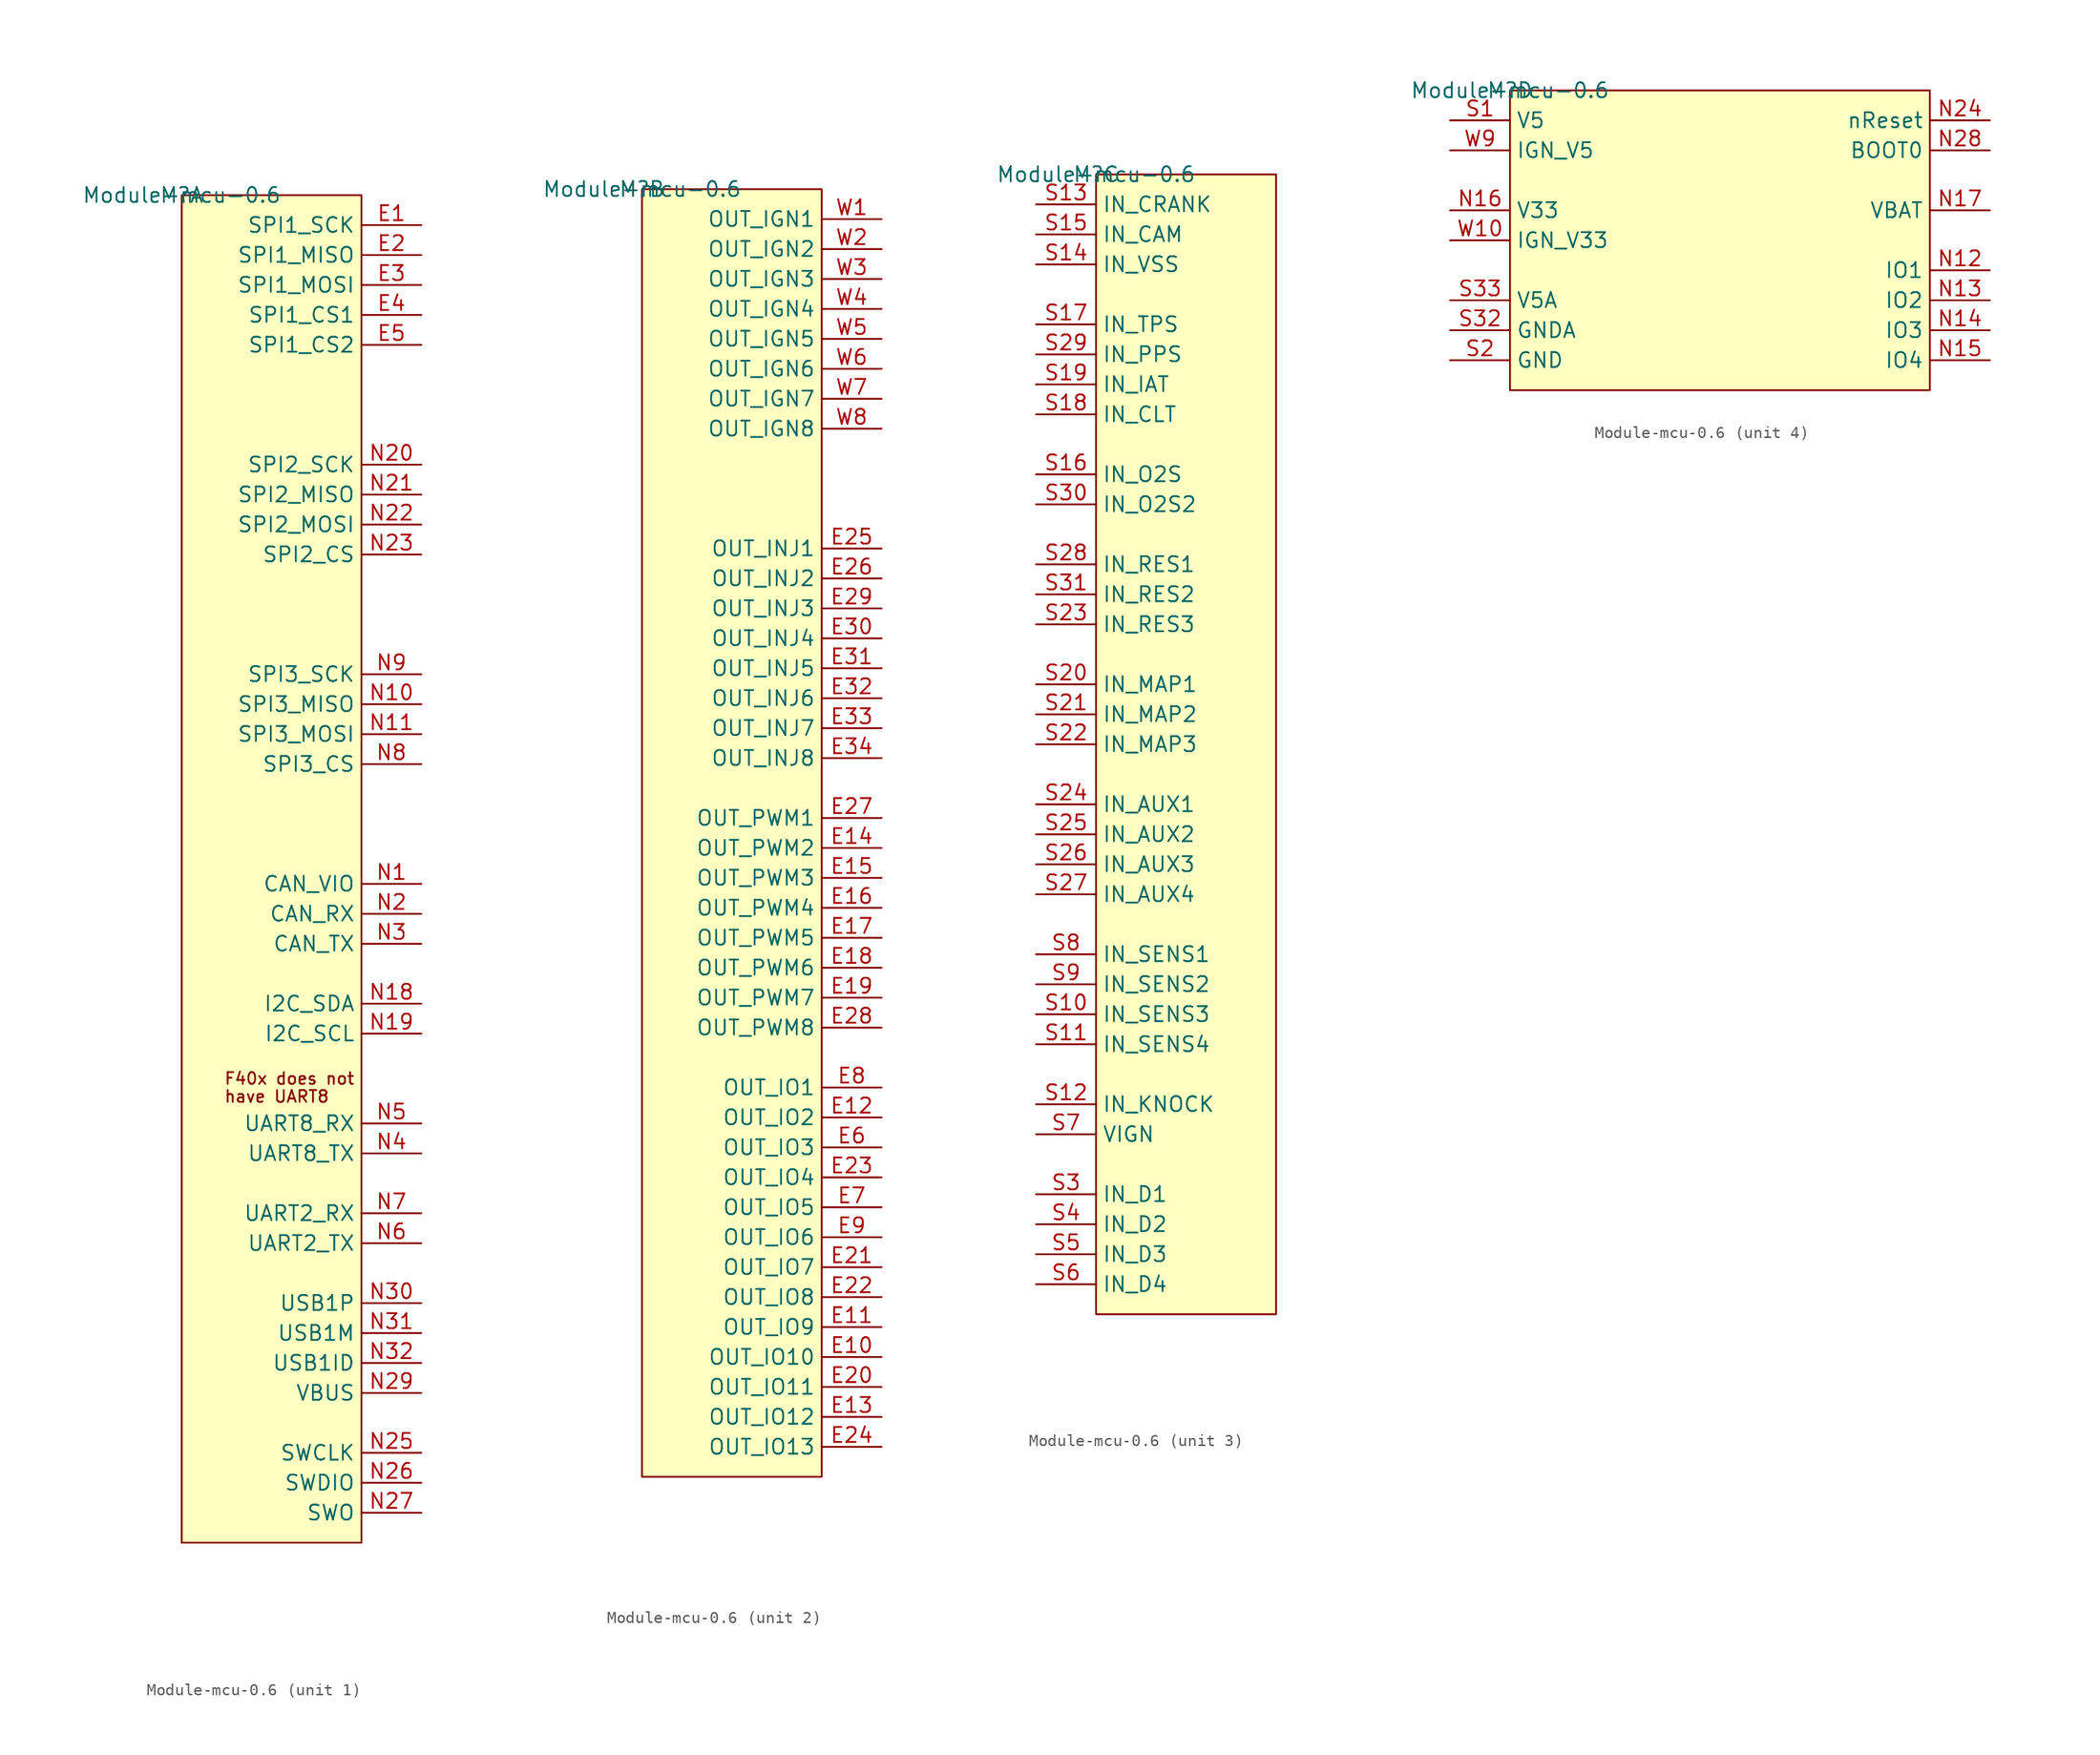
<source format=kicad_sym>
(kicad_symbol_lib
  (version 20201005)
  (generator kicad_symbol_editor)
  (symbol "mcu:Module-mcu-0.6"
    (property "Reference" "M"
      (at 0 0 0)
      (effects (font (size 1.27 1.27))))
    (property "Value" "Module-mcu-0.6"
      (at 0 0 0)
      (effects (font (size 1.27 1.27))))
    (symbol "Module-mcu-0.6_1_0"
      (rectangle (start 15.24 0) (end 0 -114.3) (stroke (width 0)) (fill (type background)))
      (text "F40x does not" (at 3.556 -74.93 0) (effects (font (size 1 1)) (justify left)))
      (text "have UART8" (at 3.556 -76.454 0) (effects (font (size 1 1)) (justify left)))
      (pin passive line (at 20.32 -2.54 180) (length 5.08) (name "SPI1_SCK" (effects (font (size 1.27 1.27)))) (number "E1" (effects (font (size 1.27 1.27)))))
      (pin passive line (at 20.32 -5.08 180) (length 5.08) (name "SPI1_MISO" (effects (font (size 1.27 1.27)))) (number "E2" (effects (font (size 1.27 1.27)))))
      (pin passive line (at 20.32 -7.62 180) (length 5.08) (name "SPI1_MOSI" (effects (font (size 1.27 1.27)))) (number "E3" (effects (font (size 1.27 1.27)))))
      (pin passive line (at 20.32 -10.16 180) (length 5.08) (name "SPI1_CS1" (effects (font (size 1.27 1.27)))) (number "E4" (effects (font (size 1.27 1.27)))))
      (pin passive line (at 20.32 -12.7 180) (length 5.08) (name "SPI1_CS2" (effects (font (size 1.27 1.27)))) (number "E5" (effects (font (size 1.27 1.27)))))
      (pin passive line (at 20.32 -58.42 180) (length 5.08) (name "CAN_VIO" (effects (font (size 1.27 1.27)))) (number "N1" (effects (font (size 1.27 1.27)))))
      (pin passive line (at 20.32 -43.18 180) (length 5.08) (name "SPI3_MISO" (effects (font (size 1.27 1.27)))) (number "N10" (effects (font (size 1.27 1.27)))))
      (pin passive line (at 20.32 -45.72 180) (length 5.08) (name "SPI3_MOSI" (effects (font (size 1.27 1.27)))) (number "N11" (effects (font (size 1.27 1.27)))))
      (pin passive line (at 20.32 -68.58 180) (length 5.08) (name "I2C_SDA" (effects (font (size 1.27 1.27)))) (number "N18" (effects (font (size 1.27 1.27)))))
      (pin passive line (at 20.32 -71.12 180) (length 5.08) (name "I2C_SCL" (effects (font (size 1.27 1.27)))) (number "N19" (effects (font (size 1.27 1.27)))))
      (pin passive line (at 20.32 -60.96 180) (length 5.08) (name "CAN_RX" (effects (font (size 1.27 1.27)))) (number "N2" (effects (font (size 1.27 1.27)))))
      (pin passive line (at 20.32 -22.86 180) (length 5.08) (name "SPI2_SCK" (effects (font (size 1.27 1.27)))) (number "N20" (effects (font (size 1.27 1.27)))))
      (pin passive line (at 20.32 -25.4 180) (length 5.08) (name "SPI2_MISO" (effects (font (size 1.27 1.27)))) (number "N21" (effects (font (size 1.27 1.27)))))
      (pin passive line (at 20.32 -27.94 180) (length 5.08) (name "SPI2_MOSI" (effects (font (size 1.27 1.27)))) (number "N22" (effects (font (size 1.27 1.27)))))
      (pin passive line (at 20.32 -30.48 180) (length 5.08) (name "SPI2_CS" (effects (font (size 1.27 1.27)))) (number "N23" (effects (font (size 1.27 1.27)))))
      (pin passive line (at 20.32 -106.68 180) (length 5.08) (name "SWCLK" (effects (font (size 1.27 1.27)))) (number "N25" (effects (font (size 1.27 1.27)))))
      (pin passive line (at 20.32 -109.22 180) (length 5.08) (name "SWDIO" (effects (font (size 1.27 1.27)))) (number "N26" (effects (font (size 1.27 1.27)))))
      (pin passive line (at 20.32 -111.76 180) (length 5.08) (name "SWO" (effects (font (size 1.27 1.27)))) (number "N27" (effects (font (size 1.27 1.27)))))
      (pin passive line (at 20.32 -101.6 180) (length 5.08) (name "VBUS" (effects (font (size 1.27 1.27)))) (number "N29" (effects (font (size 1.27 1.27)))))
      (pin passive line (at 20.32 -63.5 180) (length 5.08) (name "CAN_TX" (effects (font (size 1.27 1.27)))) (number "N3" (effects (font (size 1.27 1.27)))))
      (pin passive line (at 20.32 -93.98 180) (length 5.08) (name "USB1P" (effects (font (size 1.27 1.27)))) (number "N30" (effects (font (size 1.27 1.27)))))
      (pin passive line (at 20.32 -96.52 180) (length 5.08) (name "USB1M" (effects (font (size 1.27 1.27)))) (number "N31" (effects (font (size 1.27 1.27)))))
      (pin passive line (at 20.32 -99.06 180) (length 5.08) (name "USB1ID" (effects (font (size 1.27 1.27)))) (number "N32" (effects (font (size 1.27 1.27)))))
      (pin passive line (at 20.32 -81.28 180) (length 5.08) (name "UART8_TX" (effects (font (size 1.27 1.27)))) (number "N4" (effects (font (size 1.27 1.27)))))
      (pin passive line (at 20.32 -78.74 180) (length 5.08) (name "UART8_RX" (effects (font (size 1.27 1.27)))) (number "N5" (effects (font (size 1.27 1.27)))))
      (pin passive line (at 20.32 -88.9 180) (length 5.08) (name "UART2_TX" (effects (font (size 1.27 1.27)))) (number "N6" (effects (font (size 1.27 1.27)))))
      (pin passive line (at 20.32 -86.36 180) (length 5.08) (name "UART2_RX" (effects (font (size 1.27 1.27)))) (number "N7" (effects (font (size 1.27 1.27)))))
      (pin passive line (at 20.32 -48.26 180) (length 5.08) (name "SPI3_CS" (effects (font (size 1.27 1.27)))) (number "N8" (effects (font (size 1.27 1.27)))))
      (pin passive line (at 20.32 -40.64 180) (length 5.08) (name "SPI3_SCK" (effects (font (size 1.27 1.27)))) (number "N9" (effects (font (size 1.27 1.27))))))
    (symbol "Module-mcu-0.6_2_0"
      (rectangle (start 15.24 0) (end 0 -109.22) (stroke (width 0)) (fill (type background)))
      (pin passive line (at 20.32 -99.06 180) (length 5.08) (name "OUT_IO10" (effects (font (size 1.27 1.27)))) (number "E10" (effects (font (size 1.27 1.27)))))
      (pin passive line (at 20.32 -96.52 180) (length 5.08) (name "OUT_IO9" (effects (font (size 1.27 1.27)))) (number "E11" (effects (font (size 1.27 1.27)))))
      (pin passive line (at 20.32 -78.74 180) (length 5.08) (name "OUT_IO2" (effects (font (size 1.27 1.27)))) (number "E12" (effects (font (size 1.27 1.27)))))
      (pin passive line (at 20.32 -104.14 180) (length 5.08) (name "OUT_IO12" (effects (font (size 1.27 1.27)))) (number "E13" (effects (font (size 1.27 1.27)))))
      (pin passive line (at 20.32 -55.88 180) (length 5.08) (name "OUT_PWM2" (effects (font (size 1.27 1.27)))) (number "E14" (effects (font (size 1.27 1.27)))))
      (pin passive line (at 20.32 -58.42 180) (length 5.08) (name "OUT_PWM3" (effects (font (size 1.27 1.27)))) (number "E15" (effects (font (size 1.27 1.27)))))
      (pin passive line (at 20.32 -60.96 180) (length 5.08) (name "OUT_PWM4" (effects (font (size 1.27 1.27)))) (number "E16" (effects (font (size 1.27 1.27)))))
      (pin passive line (at 20.32 -63.5 180) (length 5.08) (name "OUT_PWM5" (effects (font (size 1.27 1.27)))) (number "E17" (effects (font (size 1.27 1.27)))))
      (pin passive line (at 20.32 -66.04 180) (length 5.08) (name "OUT_PWM6" (effects (font (size 1.27 1.27)))) (number "E18" (effects (font (size 1.27 1.27)))))
      (pin passive line (at 20.32 -68.58 180) (length 5.08) (name "OUT_PWM7" (effects (font (size 1.27 1.27)))) (number "E19" (effects (font (size 1.27 1.27)))))
      (pin passive line (at 20.32 -101.6 180) (length 5.08) (name "OUT_IO11" (effects (font (size 1.27 1.27)))) (number "E20" (effects (font (size 1.27 1.27)))))
      (pin passive line (at 20.32 -91.44 180) (length 5.08) (name "OUT_IO7" (effects (font (size 1.27 1.27)))) (number "E21" (effects (font (size 1.27 1.27)))))
      (pin passive line (at 20.32 -93.98 180) (length 5.08) (name "OUT_IO8" (effects (font (size 1.27 1.27)))) (number "E22" (effects (font (size 1.27 1.27)))))
      (pin passive line (at 20.32 -83.82 180) (length 5.08) (name "OUT_IO4" (effects (font (size 1.27 1.27)))) (number "E23" (effects (font (size 1.27 1.27)))))
      (pin passive line (at 20.32 -106.68 180) (length 5.08) (name "OUT_IO13" (effects (font (size 1.27 1.27)))) (number "E24" (effects (font (size 1.27 1.27)))))
      (pin passive line (at 20.32 -30.48 180) (length 5.08) (name "OUT_INJ1" (effects (font (size 1.27 1.27)))) (number "E25" (effects (font (size 1.27 1.27)))))
      (pin passive line (at 20.32 -33.02 180) (length 5.08) (name "OUT_INJ2" (effects (font (size 1.27 1.27)))) (number "E26" (effects (font (size 1.27 1.27)))))
      (pin passive line (at 20.32 -53.34 180) (length 5.08) (name "OUT_PWM1" (effects (font (size 1.27 1.27)))) (number "E27" (effects (font (size 1.27 1.27)))))
      (pin passive line (at 20.32 -71.12 180) (length 5.08) (name "OUT_PWM8" (effects (font (size 1.27 1.27)))) (number "E28" (effects (font (size 1.27 1.27)))))
      (pin passive line (at 20.32 -35.56 180) (length 5.08) (name "OUT_INJ3" (effects (font (size 1.27 1.27)))) (number "E29" (effects (font (size 1.27 1.27)))))
      (pin passive line (at 20.32 -38.1 180) (length 5.08) (name "OUT_INJ4" (effects (font (size 1.27 1.27)))) (number "E30" (effects (font (size 1.27 1.27)))))
      (pin passive line (at 20.32 -40.64 180) (length 5.08) (name "OUT_INJ5" (effects (font (size 1.27 1.27)))) (number "E31" (effects (font (size 1.27 1.27)))))
      (pin passive line (at 20.32 -43.18 180) (length 5.08) (name "OUT_INJ6" (effects (font (size 1.27 1.27)))) (number "E32" (effects (font (size 1.27 1.27)))))
      (pin passive line (at 20.32 -45.72 180) (length 5.08) (name "OUT_INJ7" (effects (font (size 1.27 1.27)))) (number "E33" (effects (font (size 1.27 1.27)))))
      (pin passive line (at 20.32 -48.26 180) (length 5.08) (name "OUT_INJ8" (effects (font (size 1.27 1.27)))) (number "E34" (effects (font (size 1.27 1.27)))))
      (pin passive line (at 20.32 -81.28 180) (length 5.08) (name "OUT_IO3" (effects (font (size 1.27 1.27)))) (number "E6" (effects (font (size 1.27 1.27)))))
      (pin passive line (at 20.32 -86.36 180) (length 5.08) (name "OUT_IO5" (effects (font (size 1.27 1.27)))) (number "E7" (effects (font (size 1.27 1.27)))))
      (pin passive line (at 20.32 -76.2 180) (length 5.08) (name "OUT_IO1" (effects (font (size 1.27 1.27)))) (number "E8" (effects (font (size 1.27 1.27)))))
      (pin passive line (at 20.32 -88.9 180) (length 5.08) (name "OUT_IO6" (effects (font (size 1.27 1.27)))) (number "E9" (effects (font (size 1.27 1.27)))))
      (pin passive line (at 20.32 -2.54 180) (length 5.08) (name "OUT_IGN1" (effects (font (size 1.27 1.27)))) (number "W1" (effects (font (size 1.27 1.27)))))
      (pin passive line (at 20.32 -5.08 180) (length 5.08) (name "OUT_IGN2" (effects (font (size 1.27 1.27)))) (number "W2" (effects (font (size 1.27 1.27)))))
      (pin passive line (at 20.32 -7.62 180) (length 5.08) (name "OUT_IGN3" (effects (font (size 1.27 1.27)))) (number "W3" (effects (font (size 1.27 1.27)))))
      (pin passive line (at 20.32 -10.16 180) (length 5.08) (name "OUT_IGN4" (effects (font (size 1.27 1.27)))) (number "W4" (effects (font (size 1.27 1.27)))))
      (pin passive line (at 20.32 -12.7 180) (length 5.08) (name "OUT_IGN5" (effects (font (size 1.27 1.27)))) (number "W5" (effects (font (size 1.27 1.27)))))
      (pin passive line (at 20.32 -15.24 180) (length 5.08) (name "OUT_IGN6" (effects (font (size 1.27 1.27)))) (number "W6" (effects (font (size 1.27 1.27)))))
      (pin passive line (at 20.32 -17.78 180) (length 5.08) (name "OUT_IGN7" (effects (font (size 1.27 1.27)))) (number "W7" (effects (font (size 1.27 1.27)))))
      (pin passive line (at 20.32 -20.32 180) (length 5.08) (name "OUT_IGN8" (effects (font (size 1.27 1.27)))) (number "W8" (effects (font (size 1.27 1.27))))))
    (symbol "Module-mcu-0.6_3_0"
      (rectangle (start 15.24 0) (end 0 -96.52) (stroke (width 0)) (fill (type background)))
      (pin passive line (at -5.08 -71.12 0) (length 5.08) (name "IN_SENS3" (effects (font (size 1.27 1.27)))) (number "S10" (effects (font (size 1.27 1.27)))))
      (pin passive line (at -5.08 -73.66 0) (length 5.08) (name "IN_SENS4" (effects (font (size 1.27 1.27)))) (number "S11" (effects (font (size 1.27 1.27)))))
      (pin passive line (at -5.08 -78.74 0) (length 5.08) (name "IN_KNOCK" (effects (font (size 1.27 1.27)))) (number "S12" (effects (font (size 1.27 1.27)))))
      (pin passive line (at -5.08 -2.54 0) (length 5.08) (name "IN_CRANK" (effects (font (size 1.27 1.27)))) (number "S13" (effects (font (size 1.27 1.27)))))
      (pin passive line (at -5.08 -7.62 0) (length 5.08) (name "IN_VSS" (effects (font (size 1.27 1.27)))) (number "S14" (effects (font (size 1.27 1.27)))))
      (pin passive line (at -5.08 -5.08 0) (length 5.08) (name "IN_CAM" (effects (font (size 1.27 1.27)))) (number "S15" (effects (font (size 1.27 1.27)))))
      (pin passive line (at -5.08 -25.4 0) (length 5.08) (name "IN_O2S" (effects (font (size 1.27 1.27)))) (number "S16" (effects (font (size 1.27 1.27)))))
      (pin passive line (at -5.08 -12.7 0) (length 5.08) (name "IN_TPS" (effects (font (size 1.27 1.27)))) (number "S17" (effects (font (size 1.27 1.27)))))
      (pin passive line (at -5.08 -20.32 0) (length 5.08) (name "IN_CLT" (effects (font (size 1.27 1.27)))) (number "S18" (effects (font (size 1.27 1.27)))))
      (pin passive line (at -5.08 -17.78 0) (length 5.08) (name "IN_IAT" (effects (font (size 1.27 1.27)))) (number "S19" (effects (font (size 1.27 1.27)))))
      (pin passive line (at -5.08 -43.18 0) (length 5.08) (name "IN_MAP1" (effects (font (size 1.27 1.27)))) (number "S20" (effects (font (size 1.27 1.27)))))
      (pin passive line (at -5.08 -45.72 0) (length 5.08) (name "IN_MAP2" (effects (font (size 1.27 1.27)))) (number "S21" (effects (font (size 1.27 1.27)))))
      (pin passive line (at -5.08 -48.26 0) (length 5.08) (name "IN_MAP3" (effects (font (size 1.27 1.27)))) (number "S22" (effects (font (size 1.27 1.27)))))
      (pin passive line (at -5.08 -38.1 0) (length 5.08) (name "IN_RES3" (effects (font (size 1.27 1.27)))) (number "S23" (effects (font (size 1.27 1.27)))))
      (pin passive line (at -5.08 -53.34 0) (length 5.08) (name "IN_AUX1" (effects (font (size 1.27 1.27)))) (number "S24" (effects (font (size 1.27 1.27)))))
      (pin passive line (at -5.08 -55.88 0) (length 5.08) (name "IN_AUX2" (effects (font (size 1.27 1.27)))) (number "S25" (effects (font (size 1.27 1.27)))))
      (pin passive line (at -5.08 -58.42 0) (length 5.08) (name "IN_AUX3" (effects (font (size 1.27 1.27)))) (number "S26" (effects (font (size 1.27 1.27)))))
      (pin passive line (at -5.08 -60.96 0) (length 5.08) (name "IN_AUX4" (effects (font (size 1.27 1.27)))) (number "S27" (effects (font (size 1.27 1.27)))))
      (pin passive line (at -5.08 -33.02 0) (length 5.08) (name "IN_RES1" (effects (font (size 1.27 1.27)))) (number "S28" (effects (font (size 1.27 1.27)))))
      (pin passive line (at -5.08 -15.24 0) (length 5.08) (name "IN_PPS" (effects (font (size 1.27 1.27)))) (number "S29" (effects (font (size 1.27 1.27)))))
      (pin passive line (at -5.08 -86.36 0) (length 5.08) (name "IN_D1" (effects (font (size 1.27 1.27)))) (number "S3" (effects (font (size 1.27 1.27)))))
      (pin passive line (at -5.08 -27.94 0) (length 5.08) (name "IN_O2S2" (effects (font (size 1.27 1.27)))) (number "S30" (effects (font (size 1.27 1.27)))))
      (pin passive line (at -5.08 -35.56 0) (length 5.08) (name "IN_RES2" (effects (font (size 1.27 1.27)))) (number "S31" (effects (font (size 1.27 1.27)))))
      (pin passive line (at -5.08 -88.9 0) (length 5.08) (name "IN_D2" (effects (font (size 1.27 1.27)))) (number "S4" (effects (font (size 1.27 1.27)))))
      (pin passive line (at -5.08 -91.44 0) (length 5.08) (name "IN_D3" (effects (font (size 1.27 1.27)))) (number "S5" (effects (font (size 1.27 1.27)))))
      (pin passive line (at -5.08 -93.98 0) (length 5.08) (name "IN_D4" (effects (font (size 1.27 1.27)))) (number "S6" (effects (font (size 1.27 1.27)))))
      (pin passive line (at -5.08 -81.28 0) (length 5.08) (name "VIGN" (effects (font (size 1.27 1.27)))) (number "S7" (effects (font (size 1.27 1.27)))))
      (pin passive line (at -5.08 -66.04 0) (length 5.08) (name "IN_SENS1" (effects (font (size 1.27 1.27)))) (number "S8" (effects (font (size 1.27 1.27)))))
      (pin passive line (at -5.08 -68.58 0) (length 5.08) (name "IN_SENS2" (effects (font (size 1.27 1.27)))) (number "S9" (effects (font (size 1.27 1.27))))))
    (symbol "Module-mcu-0.6_4_0"
      (rectangle (start 35.56 0) (end 0 -25.4) (stroke (width 0)) (fill (type background)))
      (pin passive line (at 40.64 -15.24 180) (length 5.08) (name "IO1" (effects (font (size 1.27 1.27)))) (number "N12" (effects (font (size 1.27 1.27)))))
      (pin passive line (at 40.64 -17.78 180) (length 5.08) (name "IO2" (effects (font (size 1.27 1.27)))) (number "N13" (effects (font (size 1.27 1.27)))))
      (pin passive line (at 40.64 -20.32 180) (length 5.08) (name "IO3" (effects (font (size 1.27 1.27)))) (number "N14" (effects (font (size 1.27 1.27)))))
      (pin passive line (at 40.64 -22.86 180) (length 5.08) (name "IO4" (effects (font (size 1.27 1.27)))) (number "N15" (effects (font (size 1.27 1.27)))))
      (pin passive line (at -5.08 -10.16 0) (length 5.08) (name "V33" (effects (font (size 1.27 1.27)))) (number "N16" (effects (font (size 1.27 1.27)))))
      (pin passive line (at 40.64 -10.16 180) (length 5.08) (name "VBAT" (effects (font (size 1.27 1.27)))) (number "N17" (effects (font (size 1.27 1.27)))))
      (pin passive line (at 40.64 -2.54 180) (length 5.08) (name "nReset" (effects (font (size 1.27 1.27)))) (number "N24" (effects (font (size 1.27 1.27)))))
      (pin passive line (at 40.64 -5.08 180) (length 5.08) (name "BOOT0" (effects (font (size 1.27 1.27)))) (number "N28" (effects (font (size 1.27 1.27)))))
      (pin passive line (at -5.08 -2.54 0) (length 5.08) (name "V5" (effects (font (size 1.27 1.27)))) (number "S1" (effects (font (size 1.27 1.27)))))
      (pin passive line (at -5.08 -22.86 0) (length 5.08) (name "GND" (effects (font (size 1.27 1.27)))) (number "S2" (effects (font (size 1.27 1.27)))))
      (pin passive line (at -5.08 -20.32 0) (length 5.08) (name "GNDA" (effects (font (size 1.27 1.27)))) (number "S32" (effects (font (size 1.27 1.27)))))
      (pin passive line (at -5.08 -17.78 0) (length 5.08) (name "V5A" (effects (font (size 1.27 1.27)))) (number "S33" (effects (font (size 1.27 1.27)))))
      (pin passive line (at -5.08 -12.7 0) (length 5.08) (name "IGN_V33" (effects (font (size 1.27 1.27)))) (number "W10" (effects (font (size 1.27 1.27)))))
      (pin passive line (at -5.08 -5.08 0) (length 5.08) (name "IGN_V5" (effects (font (size 1.27 1.27)))) (number "W9" (effects (font (size 1.27 1.27))))))))
</source>
